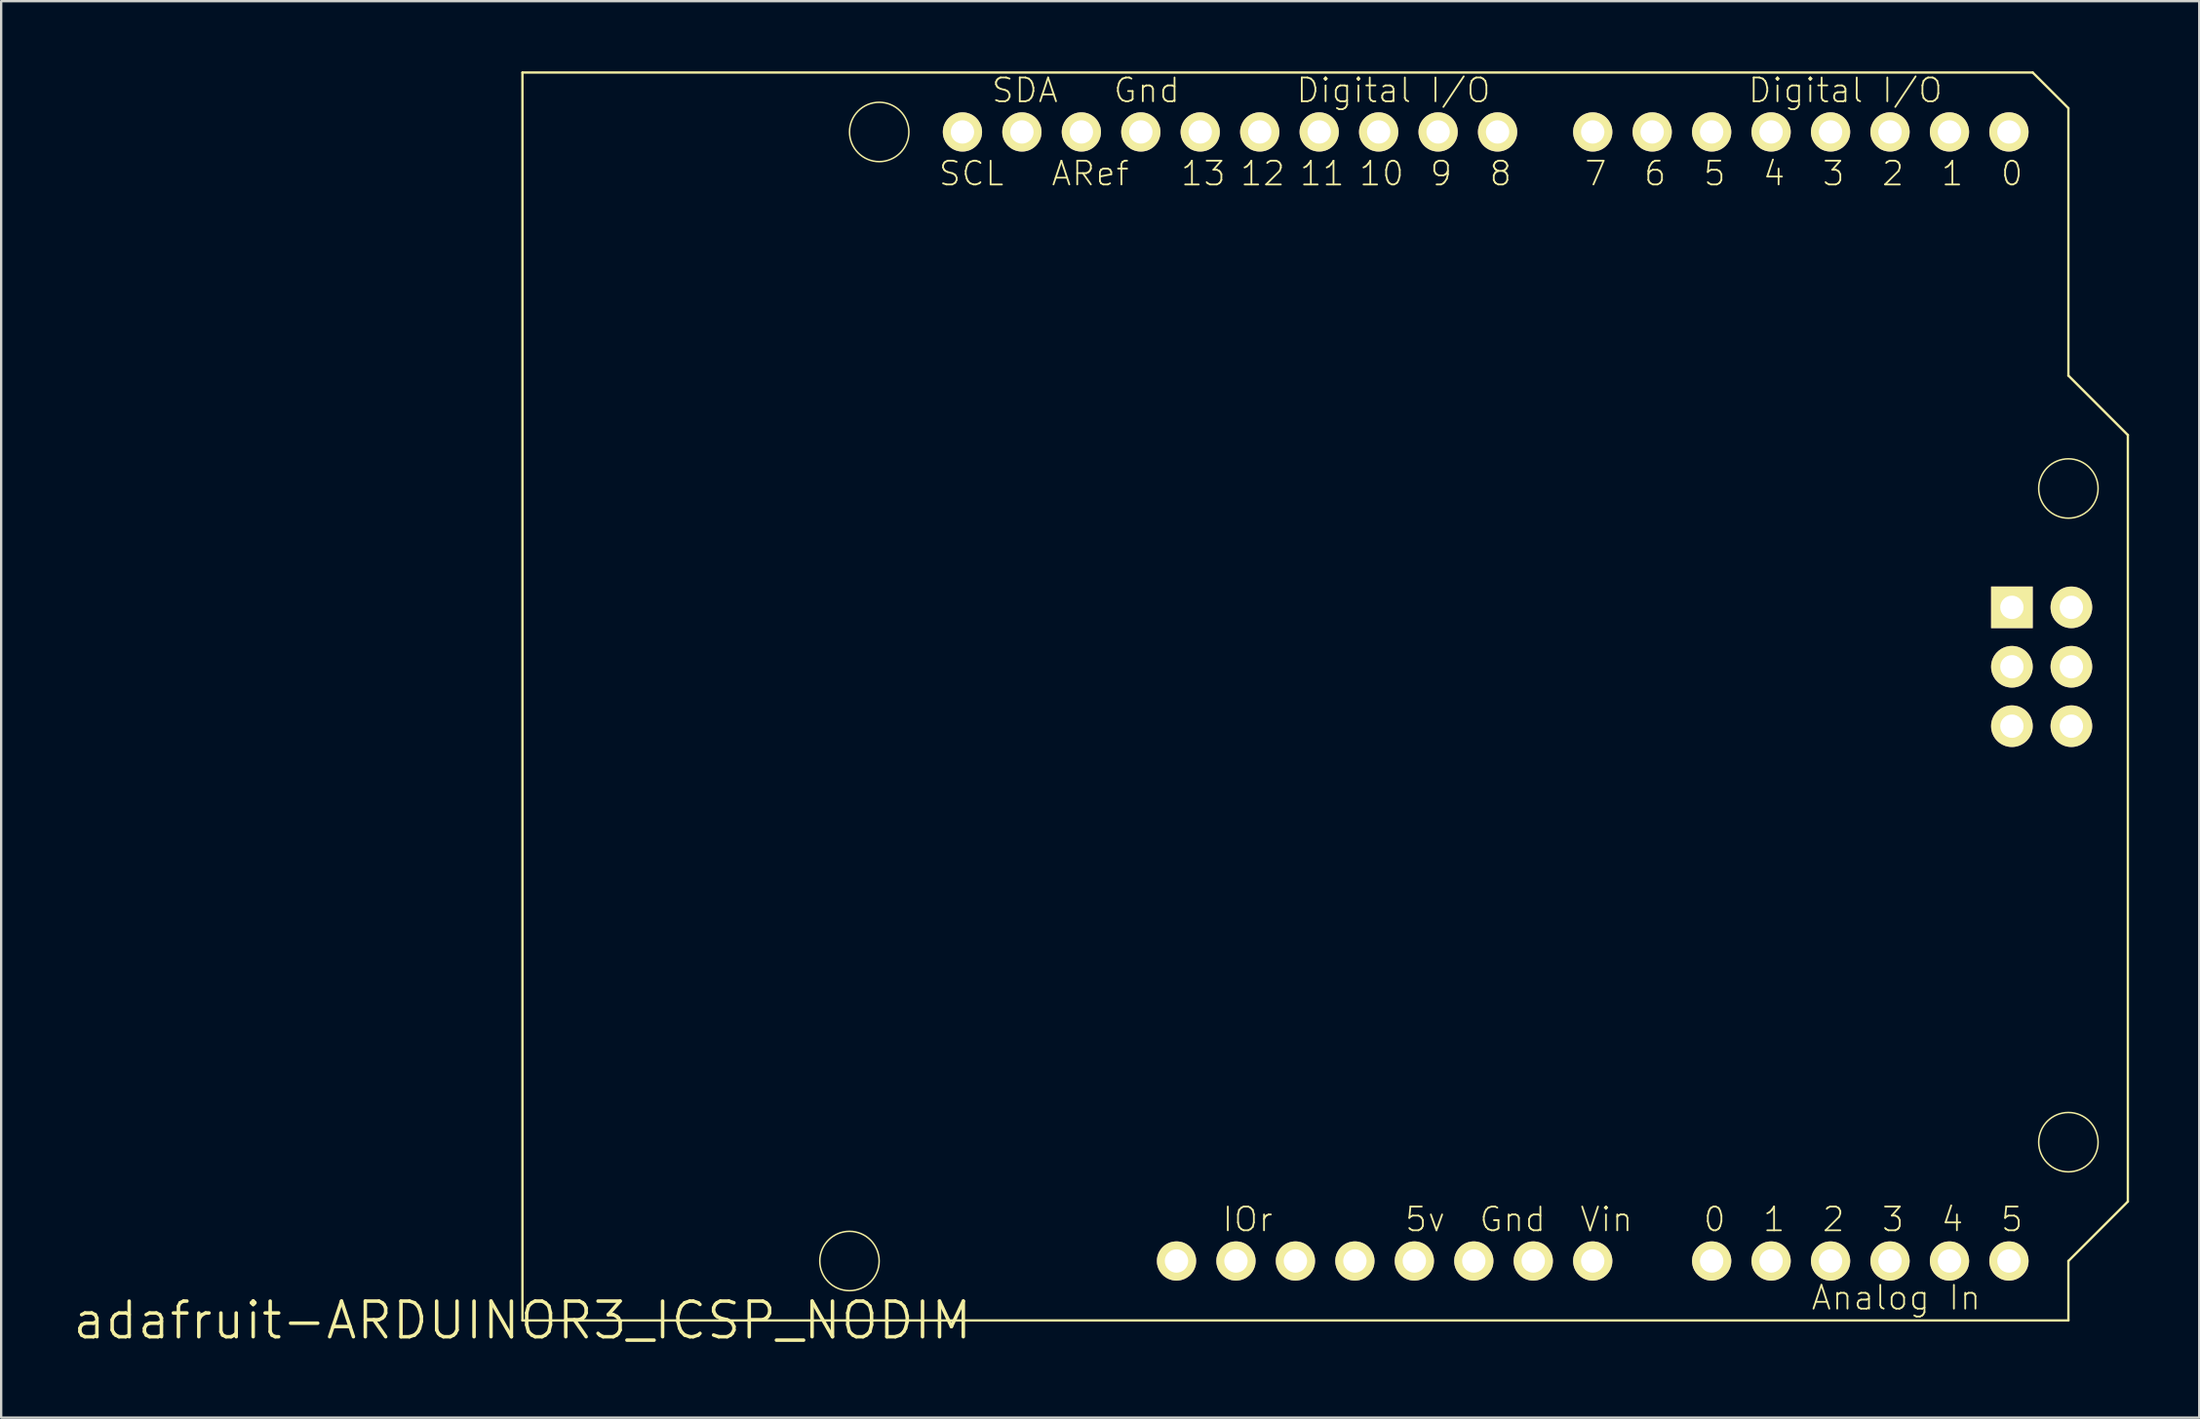
<source format=kicad_pcb>
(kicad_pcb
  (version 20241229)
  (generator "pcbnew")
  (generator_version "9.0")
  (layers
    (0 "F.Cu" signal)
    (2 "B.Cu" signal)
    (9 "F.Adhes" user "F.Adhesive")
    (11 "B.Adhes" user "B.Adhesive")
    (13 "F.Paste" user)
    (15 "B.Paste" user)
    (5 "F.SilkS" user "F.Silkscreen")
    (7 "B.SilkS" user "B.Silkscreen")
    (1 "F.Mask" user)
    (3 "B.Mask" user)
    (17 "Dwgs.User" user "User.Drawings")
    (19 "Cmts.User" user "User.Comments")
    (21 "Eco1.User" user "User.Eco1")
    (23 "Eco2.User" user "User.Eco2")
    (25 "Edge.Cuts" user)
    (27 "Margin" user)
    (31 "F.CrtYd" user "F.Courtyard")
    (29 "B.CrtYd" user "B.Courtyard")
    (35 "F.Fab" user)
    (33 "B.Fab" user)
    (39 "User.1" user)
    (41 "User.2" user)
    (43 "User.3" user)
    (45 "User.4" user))
  (footprint "adafruit-ARDUINOR3_ICSP_NODIM"
    (layer "F.Cu")
    (at 19.268 53.39)
    (property "Reference" "adafruit-ARDUINOR3_ICSP_NODIM" (at 0 0 0) (layer "F.SilkS") (effects (font (size 1.524 1.524) (thickness 0.15))))
    (attr exclude_from_pos_files exclude_from_bom)
    (fp_line (start 0 -53.34) (end 0 0) (stroke (width 0.1) (type solid)) (layer "F.SilkS"))
    (fp_line (start 0 0) (end 66.04 0) (stroke (width 0.1) (type solid)) (layer "F.SilkS"))
    (fp_line (start 64.516 -53.34) (end 0 -53.34) (stroke (width 0.1) (type solid)) (layer "F.SilkS"))
    (fp_line (start 66.04 -51.816) (end 64.516 -53.34) (stroke (width 0.1) (type solid)) (layer "F.SilkS"))
    (fp_line (start 66.04 -40.386) (end 66.04 -51.816) (stroke (width 0.1) (type solid)) (layer "F.SilkS"))
    (fp_line (start 66.04 -2.54) (end 68.58 -5.08) (stroke (width 0.1) (type solid)) (layer "F.SilkS"))
    (fp_line (start 66.04 0) (end 66.04 -2.54) (stroke (width 0.1) (type solid)) (layer "F.SilkS"))
    (fp_line (start 68.58 -37.846) (end 66.04 -40.386) (stroke (width 0.1) (type solid)) (layer "F.SilkS"))
    (fp_line (start 68.58 -5.08) (end 68.58 -37.846) (stroke (width 0.1) (type solid)) (layer "F.SilkS"))
    (fp_circle (center 13.97 -2.54) (end 14.867 -3.437) (stroke (width 0.064) (type solid)) (fill no) (layer "F.SilkS"))
    (fp_circle (center 15.24 -50.8) (end 16.137 -51.697) (stroke (width 0.064) (type solid)) (fill no) (layer "F.SilkS"))
    (fp_circle (center 66.04 -35.56) (end 66.937 -36.457) (stroke (width 0.064) (type solid)) (fill no) (layer "F.SilkS"))
    (fp_circle (center 66.04 -7.62) (end 66.937 -8.517) (stroke (width 0.064) (type solid)) (fill no) (layer "F.SilkS"))
    (fp_text user "9" (at 39.243 -49.022 180) (layer "F.SilkS") (effects (font (size 1.016 1.016) (thickness 0.076))))
    (fp_text user "Digital I/O" (at 37.211 -52.578 0) (layer "F.SilkS") (effects (font (size 1.016 1.016) (thickness 0.076))))
    (fp_text user "IOr" (at 30.978 -4.318 0) (layer "F.SilkS") (effects (font (size 1.016 1.016) (thickness 0.076))))
    (fp_text user "SCL" (at 19.177 -49.022 0) (layer "F.SilkS") (effects (font (size 1.016 1.016) (thickness 0.076))))
    (fp_text user "Gnd" (at 42.299 -4.318 0) (layer "F.SilkS") (effects (font (size 1.016 1.016) (thickness 0.076))))
    (fp_text user "6" (at 48.387 -49.022 180) (layer "F.SilkS") (effects (font (size 1.016 1.016) (thickness 0.076))))
    (fp_text user "5" (at 63.627 -4.318 0) (layer "F.SilkS") (effects (font (size 1.016 1.016) (thickness 0.076))))
    (fp_text user "4" (at 61.084 -4.318 0) (layer "F.SilkS") (effects (font (size 1.016 1.016) (thickness 0.076))))
    (fp_text user "10" (at 36.703 -49.022 180) (layer "F.SilkS") (effects (font (size 1.016 1.016) (thickness 0.076))))
    (fp_text user "13" (at 29.083 -49.022 180) (layer "F.SilkS") (effects (font (size 1.016 1.016) (thickness 0.076))))
    (fp_text user "2" (at 56.007 -4.318 0) (layer "F.SilkS") (effects (font (size 1.016 1.016) (thickness 0.076))))
    (fp_text user "1" (at 53.467 -4.318 0) (layer "F.SilkS") (effects (font (size 1.016 1.016) (thickness 0.076))))
    (fp_text user "4" (at 53.467 -49.022 180) (layer "F.SilkS") (effects (font (size 1.016 1.016) (thickness 0.076))))
    (fp_text user "3" (at 56.007 -49.022 180) (layer "F.SilkS") (effects (font (size 1.016 1.016) (thickness 0.076))))
    (fp_text user "Gnd" (at 26.67 -52.578 0) (layer "F.SilkS") (effects (font (size 1.016 1.016) (thickness 0.076))))
    (fp_text user "5" (at 50.927 -49.022 180) (layer "F.SilkS") (effects (font (size 1.016 1.016) (thickness 0.076))))
    (fp_text user "0" (at 63.627 -49.022 180) (layer "F.SilkS") (effects (font (size 1.016 1.016) (thickness 0.076))))
    (fp_text user "ARef" (at 24.257 -49.022 0) (layer "F.SilkS") (effects (font (size 1.016 1.016) (thickness 0.076))))
    (fp_text user "11" (at 34.163 -49.022 180) (layer "F.SilkS") (effects (font (size 1.016 1.016) (thickness 0.076))))
    (fp_text user "5v" (at 38.562 -4.318 0) (layer "F.SilkS") (effects (font (size 1.016 1.016) (thickness 0.076))))
    (fp_text user "Vin" (at 46.309 -4.318 0) (layer "F.SilkS") (effects (font (size 1.016 1.016) (thickness 0.076))))
    (fp_text user "7" (at 45.847 -49.022 180) (layer "F.SilkS") (effects (font (size 1.016 1.016) (thickness 0.076))))
    (fp_text user "2" (at 58.547 -49.022 180) (layer "F.SilkS") (effects (font (size 1.016 1.016) (thickness 0.076))))
    (fp_text user "0" (at 50.927 -4.318 0) (layer "F.SilkS") (effects (font (size 1.016 1.016) (thickness 0.076))))
    (fp_text user "Analog In" (at 58.682 -0.97 0) (layer "F.SilkS") (effects (font (size 1.016 1.016) (thickness 0.076))))
    (fp_text user "SDA" (at 21.463 -52.578 0) (layer "F.SilkS") (effects (font (size 1.016 1.016) (thickness 0.076))))
    (fp_text user "1" (at 61.084 -49.022 180) (layer "F.SilkS") (effects (font (size 1.016 1.016) (thickness 0.076))))
    (fp_text user "12" (at 31.623 -49.022 180) (layer "F.SilkS") (effects (font (size 1.016 1.016) (thickness 0.076))))
    (fp_text user "8" (at 41.783 -49.022 180) (layer "F.SilkS") (effects (font (size 1.016 1.016) (thickness 0.076))))
    (fp_text user "3" (at 58.547 -4.318 0) (layer "F.SilkS") (effects (font (size 1.016 1.016) (thickness 0.076))))
    (fp_text user "Digital I/O" (at 56.515 -52.578 0) (layer "F.SilkS") (effects (font (size 1.016 1.016) (thickness 0.076))))
    (pad "3V" thru_hole circle (at 35.56 -2.54) (size 1.676 1.676) (drill 0.998) (layers "*.Cu" "F.Mask" "F.SilkS" "F.Paste"))
    (pad "5V" thru_hole circle (at 38.1 -2.54) (size 1.676 1.676) (drill 0.998) (layers "*.Cu" "F.Mask" "F.SilkS" "F.Paste"))
    (pad "5V_I" thru_hole circle (at 66.167 -30.48) (size 1.778 1.778) (drill 0.998) (layers "*.Cu" "F.Mask" "F.SilkS" "F.Paste"))
    (pad "A0" thru_hole circle (at 50.8 -2.54) (size 1.676 1.676) (drill 0.998) (layers "*.Cu" "F.Mask" "F.SilkS" "F.Paste"))
    (pad "A1" thru_hole circle (at 53.34 -2.54) (size 1.676 1.676) (drill 0.998) (layers "*.Cu" "F.Mask" "F.SilkS" "F.Paste"))
    (pad "A2" thru_hole circle (at 55.88 -2.54) (size 1.676 1.676) (drill 0.998) (layers "*.Cu" "F.Mask" "F.SilkS" "F.Paste"))
    (pad "A3" thru_hole circle (at 58.42 -2.54) (size 1.676 1.676) (drill 0.998) (layers "*.Cu" "F.Mask" "F.SilkS" "F.Paste"))
    (pad "A4" thru_hole circle (at 60.96 -2.54) (size 1.676 1.676) (drill 0.998) (layers "*.Cu" "F.Mask" "F.SilkS" "F.Paste"))
    (pad "A5" thru_hole circle (at 63.5 -2.54) (size 1.676 1.676) (drill 0.998) (layers "*.Cu" "F.Mask" "F.SilkS" "F.Paste"))
    (pad "AREF" thru_hole circle (at 23.876 -50.8) (size 1.676 1.676) (drill 0.998) (layers "*.Cu" "F.Mask" "F.SilkS" "F.Paste"))
    (pad "D0" thru_hole circle (at 63.5 -50.8) (size 1.676 1.676) (drill 0.998) (layers "*.Cu" "F.Mask" "F.SilkS" "F.Paste"))
    (pad "D1" thru_hole circle (at 60.96 -50.8) (size 1.676 1.676) (drill 0.998) (layers "*.Cu" "F.Mask" "F.SilkS" "F.Paste"))
    (pad "D2" thru_hole circle (at 58.42 -50.8) (size 1.676 1.676) (drill 0.998) (layers "*.Cu" "F.Mask" "F.SilkS" "F.Paste"))
    (pad "D3" thru_hole circle (at 55.88 -50.8) (size 1.676 1.676) (drill 0.998) (layers "*.Cu" "F.Mask" "F.SilkS" "F.Paste"))
    (pad "D4" thru_hole circle (at 53.34 -50.8) (size 1.676 1.676) (drill 0.998) (layers "*.Cu" "F.Mask" "F.SilkS" "F.Paste"))
    (pad "D5" thru_hole circle (at 50.8 -50.8) (size 1.676 1.676) (drill 0.998) (layers "*.Cu" "F.Mask" "F.SilkS" "F.Paste"))
    (pad "D6" thru_hole circle (at 48.26 -50.8) (size 1.676 1.676) (drill 0.998) (layers "*.Cu" "F.Mask" "F.SilkS" "F.Paste"))
    (pad "D7" thru_hole circle (at 45.72 -50.8) (size 1.676 1.676) (drill 0.998) (layers "*.Cu" "F.Mask" "F.SilkS" "F.Paste"))
    (pad "D8" thru_hole circle (at 41.656 -50.8) (size 1.676 1.676) (drill 0.998) (layers "*.Cu" "F.Mask" "F.SilkS" "F.Paste"))
    (pad "D9" thru_hole circle (at 39.116 -50.8) (size 1.676 1.676) (drill 0.998) (layers "*.Cu" "F.Mask" "F.SilkS" "F.Paste"))
    (pad "D10" thru_hole circle (at 36.576 -50.8) (size 1.676 1.676) (drill 0.998) (layers "*.Cu" "F.Mask" "F.SilkS" "F.Paste"))
    (pad "D11" thru_hole circle (at 34.036 -50.8) (size 1.676 1.676) (drill 0.998) (layers "*.Cu" "F.Mask" "F.SilkS" "F.Paste"))
    (pad "D12" thru_hole circle (at 31.496 -50.8) (size 1.676 1.676) (drill 0.998) (layers "*.Cu" "F.Mask" "F.SilkS" "F.Paste"))
    (pad "D13" thru_hole circle (at 28.953 -50.8) (size 1.676 1.676) (drill 0.998) (layers "*.Cu" "F.Mask" "F.SilkS" "F.Paste"))
    (pad "GND" thru_hole circle (at 26.416 -50.8) (size 1.676 1.676) (drill 0.998) (layers "*.Cu" "F.Mask" "F.SilkS" "F.Paste"))
    (pad "GND@" thru_hole circle (at 40.64 -2.54) (size 1.676 1.676) (drill 0.998) (layers "*.Cu" "F.Mask" "F.SilkS" "F.Paste"))
    (pad "GND@" thru_hole circle (at 43.18 -2.54) (size 1.676 1.676) (drill 0.998) (layers "*.Cu" "F.Mask" "F.SilkS" "F.Paste"))
    (pad "GND@" thru_hole circle (at 66.167 -25.4) (size 1.778 1.778) (drill 0.998) (layers "*.Cu" "F.Mask" "F.SilkS" "F.Paste"))
    (pad "IORE" thru_hole circle (at 30.48 -2.54) (size 1.676 1.676) (drill 0.998) (layers "*.Cu" "F.Mask" "F.SilkS" "F.Paste"))
    (pad "MISO" thru_hole rect (at 63.627 -30.48) (size 1.778 1.778) (drill 0.998) (layers "*.Cu" "F.Mask" "F.SilkS" "F.Paste"))
    (pad "MOSI" thru_hole circle (at 66.167 -27.94) (size 1.778 1.778) (drill 0.998) (layers "*.Cu" "F.Mask" "F.SilkS" "F.Paste"))
    (pad "RESE" thru_hole circle (at 27.94 -2.54) (size 1.676 1.676) (drill 0.998) (layers "*.Cu" "F.Mask" "F.SilkS" "F.Paste"))
    (pad "RESE" thru_hole circle (at 33.02 -2.54) (size 1.676 1.676) (drill 0.998) (layers "*.Cu" "F.Mask" "F.SilkS" "F.Paste"))
    (pad "RESE" thru_hole circle (at 63.627 -25.4) (size 1.778 1.778) (drill 0.998) (layers "*.Cu" "F.Mask" "F.SilkS" "F.Paste"))
    (pad "SCK" thru_hole circle (at 63.627 -27.94) (size 1.778 1.778) (drill 0.998) (layers "*.Cu" "F.Mask" "F.SilkS" "F.Paste"))
    (pad "SCL" thru_hole circle (at 18.796 -50.8) (size 1.676 1.676) (drill 0.998) (layers "*.Cu" "F.Mask" "F.SilkS" "F.Paste"))
    (pad "SDA" thru_hole circle (at 21.336 -50.8) (size 1.676 1.676) (drill 0.998) (layers "*.Cu" "F.Mask" "F.SilkS" "F.Paste"))
    (pad "VIN" thru_hole circle (at 45.72 -2.54) (size 1.676 1.676) (drill 0.998) (layers "*.Cu" "F.Mask" "F.SilkS" "F.Paste")))
  (gr_rect
    (start -3 -3)
    (end 90.898 57.545)
    (stroke (width 0.1) (type default))
    (fill no)
    (layer "Edge.Cuts")))
</source>
